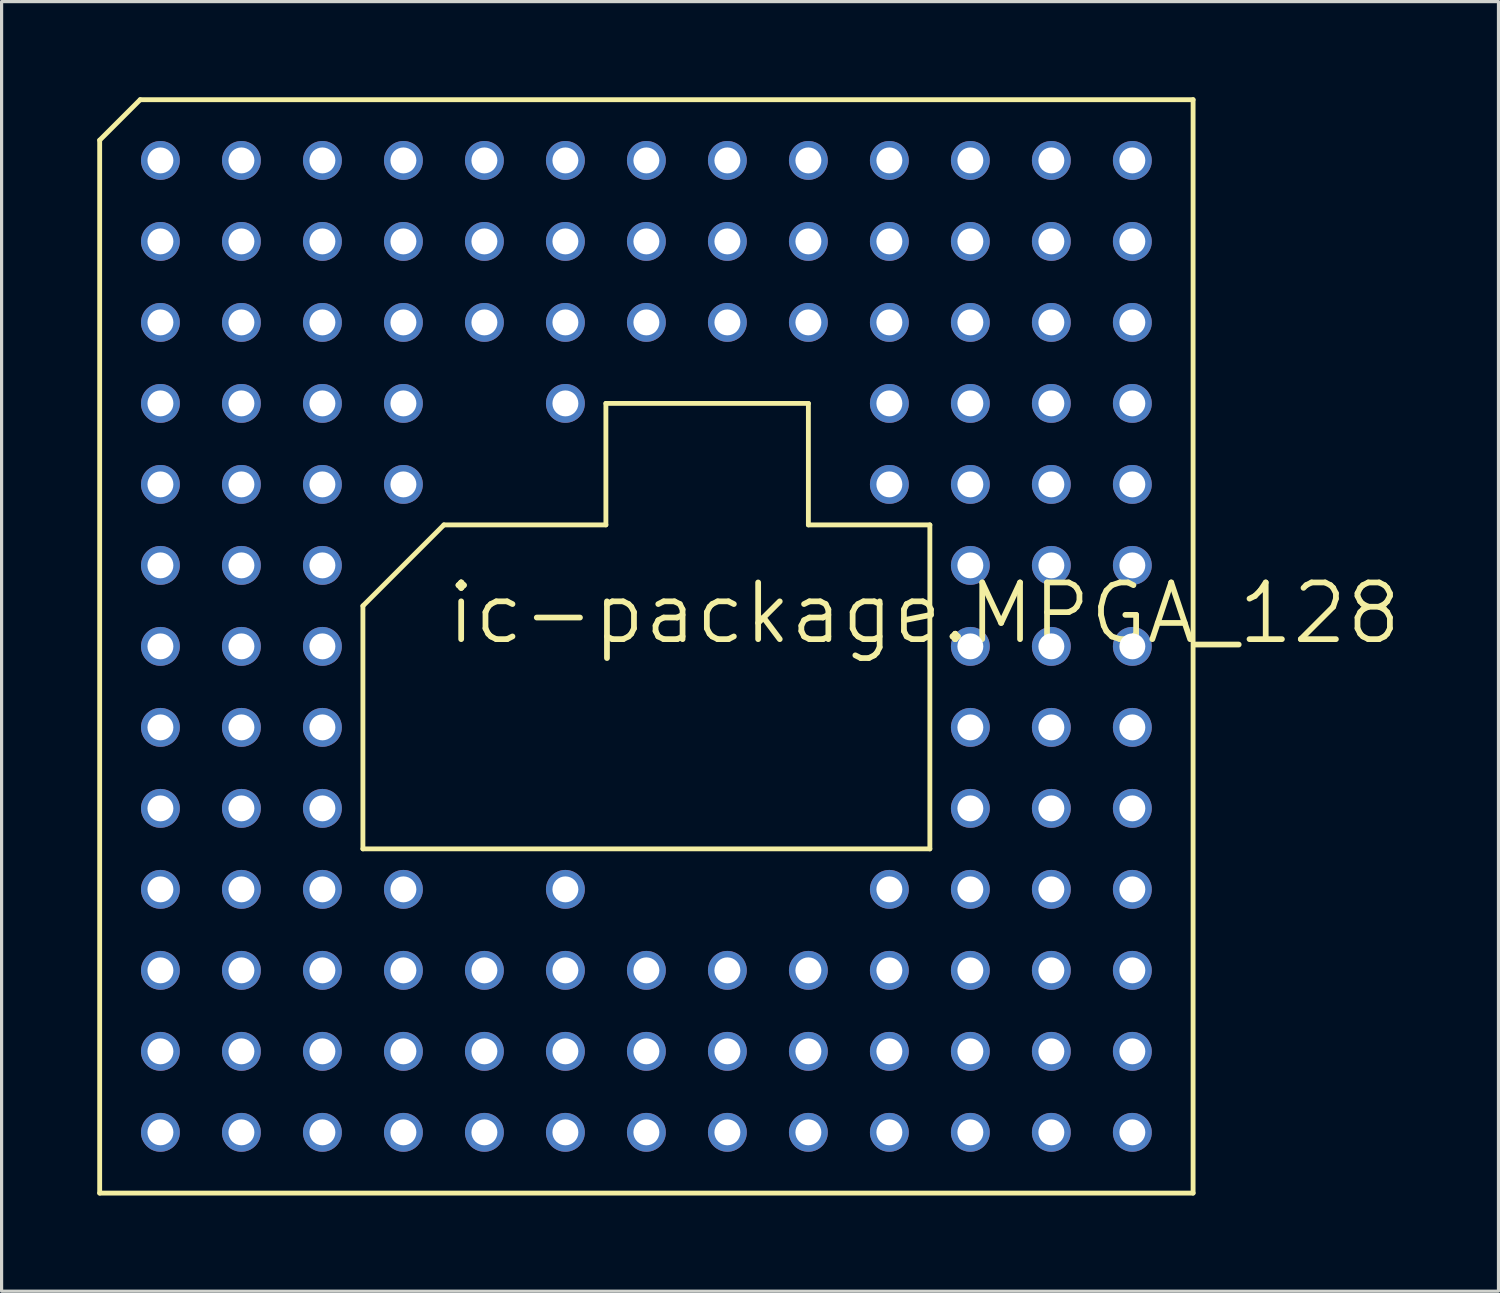
<source format=kicad_pcb>
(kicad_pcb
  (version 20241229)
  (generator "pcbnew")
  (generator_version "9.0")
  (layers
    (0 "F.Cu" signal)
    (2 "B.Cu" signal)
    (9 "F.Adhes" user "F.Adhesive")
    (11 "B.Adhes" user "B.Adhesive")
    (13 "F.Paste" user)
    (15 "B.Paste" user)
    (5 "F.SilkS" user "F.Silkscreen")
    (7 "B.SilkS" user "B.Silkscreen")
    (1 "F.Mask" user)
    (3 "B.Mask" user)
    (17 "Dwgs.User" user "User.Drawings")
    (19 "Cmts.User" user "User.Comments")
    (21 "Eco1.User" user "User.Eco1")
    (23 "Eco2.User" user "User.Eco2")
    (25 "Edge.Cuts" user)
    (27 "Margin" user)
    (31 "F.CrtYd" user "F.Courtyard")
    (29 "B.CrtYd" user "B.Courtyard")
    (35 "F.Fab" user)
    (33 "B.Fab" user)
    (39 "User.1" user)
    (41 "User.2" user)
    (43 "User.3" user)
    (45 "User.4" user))
  (footprint "ic-package.MPGA_128"
    (layer "F.Cu")
    (at 17.221 17.221)
    (property "Reference" "ic-package.MPGA_128" (at -6.35 0 0) (layer "F.SilkS") (effects (font (size 1.778 1.778) (thickness 0.18)) (justify left bottom)))
    (attr through_hole)
    (fp_line (start -17.145 -15.875) (end -15.875 -17.145) (stroke (width 0.152) (type default)) (layer "F.SilkS"))
    (fp_line (start -17.145 17.145) (end -17.145 -15.875) (stroke (width 0.152) (type default)) (layer "F.SilkS"))
    (fp_line (start -15.875 -17.145) (end 17.145 -17.145) (stroke (width 0.152) (type default)) (layer "F.SilkS"))
    (fp_line (start -8.89 6.35) (end -8.89 -1.27) (stroke (width 0.152) (type default)) (layer "F.SilkS"))
    (fp_line (start -6.35 -3.81) (end -8.89 -1.27) (stroke (width 0.152) (type default)) (layer "F.SilkS"))
    (fp_line (start -6.35 -3.81) (end -1.27 -3.81) (stroke (width 0.152) (type default)) (layer "F.SilkS"))
    (fp_line (start -1.27 -7.62) (end 5.08 -7.62) (stroke (width 0.152) (type default)) (layer "F.SilkS"))
    (fp_line (start -1.27 -3.81) (end -1.27 -7.62) (stroke (width 0.152) (type default)) (layer "F.SilkS"))
    (fp_line (start 5.08 -7.62) (end 5.08 -3.81) (stroke (width 0.152) (type default)) (layer "F.SilkS"))
    (fp_line (start 5.08 -3.81) (end 8.89 -3.81) (stroke (width 0.152) (type default)) (layer "F.SilkS"))
    (fp_line (start 8.89 -3.81) (end 8.89 6.35) (stroke (width 0.152) (type default)) (layer "F.SilkS"))
    (fp_line (start 8.89 6.35) (end -8.89 6.35) (stroke (width 0.152) (type default)) (layer "F.SilkS"))
    (fp_line (start 17.145 -17.145) (end 17.145 17.145) (stroke (width 0.152) (type default)) (layer "F.SilkS"))
    (fp_line (start 17.145 17.145) (end -17.145 17.145) (stroke (width 0.152) (type default)) (layer "F.SilkS"))
    (pad "A01" thru_hole circle (at -15.24 -15.24 90) (size 1.219 1.219) (drill 0.813) (layers "*.Cu" "*.Mask"))
    (pad "A02" thru_hole circle (at -12.7 -15.24 90) (size 1.219 1.219) (drill 0.813) (layers "*.Cu" "*.Mask"))
    (pad "A03" thru_hole circle (at -10.16 -15.24 90) (size 1.219 1.219) (drill 0.813) (layers "*.Cu" "*.Mask"))
    (pad "A04" thru_hole circle (at -7.62 -15.24 90) (size 1.219 1.219) (drill 0.813) (layers "*.Cu" "*.Mask"))
    (pad "A05" thru_hole circle (at -5.08 -15.24 90) (size 1.219 1.219) (drill 0.813) (layers "*.Cu" "*.Mask"))
    (pad "A06" thru_hole circle (at -2.54 -15.24 90) (size 1.219 1.219) (drill 0.813) (layers "*.Cu" "*.Mask"))
    (pad "A07" thru_hole circle (at 0 -15.24 90) (size 1.219 1.219) (drill 0.813) (layers "*.Cu" "*.Mask"))
    (pad "A08" thru_hole circle (at 2.54 -15.24 90) (size 1.219 1.219) (drill 0.813) (layers "*.Cu" "*.Mask"))
    (pad "A09" thru_hole circle (at 5.08 -15.24 90) (size 1.219 1.219) (drill 0.813) (layers "*.Cu" "*.Mask"))
    (pad "A10" thru_hole circle (at 7.62 -15.24 90) (size 1.219 1.219) (drill 0.813) (layers "*.Cu" "*.Mask"))
    (pad "A11" thru_hole circle (at 10.16 -15.24 90) (size 1.219 1.219) (drill 0.813) (layers "*.Cu" "*.Mask"))
    (pad "A12" thru_hole circle (at 12.7 -15.24 90) (size 1.219 1.219) (drill 0.813) (layers "*.Cu" "*.Mask"))
    (pad "A13" thru_hole circle (at 15.24 -15.24 90) (size 1.219 1.219) (drill 0.813) (layers "*.Cu" "*.Mask"))
    (pad "B01" thru_hole circle (at -15.24 -12.7 90) (size 1.219 1.219) (drill 0.813) (layers "*.Cu" "*.Mask"))
    (pad "B02" thru_hole circle (at -12.7 -12.7 90) (size 1.219 1.219) (drill 0.813) (layers "*.Cu" "*.Mask"))
    (pad "B03" thru_hole circle (at -10.16 -12.7 90) (size 1.219 1.219) (drill 0.813) (layers "*.Cu" "*.Mask"))
    (pad "B04" thru_hole circle (at -7.62 -12.7 90) (size 1.219 1.219) (drill 0.813) (layers "*.Cu" "*.Mask"))
    (pad "B05" thru_hole circle (at -5.08 -12.7 90) (size 1.219 1.219) (drill 0.813) (layers "*.Cu" "*.Mask"))
    (pad "B06" thru_hole circle (at -2.54 -12.7 90) (size 1.219 1.219) (drill 0.813) (layers "*.Cu" "*.Mask"))
    (pad "B07" thru_hole circle (at 0 -12.7 90) (size 1.219 1.219) (drill 0.813) (layers "*.Cu" "*.Mask"))
    (pad "B08" thru_hole circle (at 2.54 -12.7 90) (size 1.219 1.219) (drill 0.813) (layers "*.Cu" "*.Mask"))
    (pad "B09" thru_hole circle (at 5.08 -12.7 90) (size 1.219 1.219) (drill 0.813) (layers "*.Cu" "*.Mask"))
    (pad "B10" thru_hole circle (at 7.62 -12.7 90) (size 1.219 1.219) (drill 0.813) (layers "*.Cu" "*.Mask"))
    (pad "B11" thru_hole circle (at 10.16 -12.7 90) (size 1.219 1.219) (drill 0.813) (layers "*.Cu" "*.Mask"))
    (pad "B12" thru_hole circle (at 12.7 -12.7 90) (size 1.219 1.219) (drill 0.813) (layers "*.Cu" "*.Mask"))
    (pad "B13" thru_hole circle (at 15.24 -12.7 90) (size 1.219 1.219) (drill 0.813) (layers "*.Cu" "*.Mask"))
    (pad "C01" thru_hole circle (at -15.24 -10.16 90) (size 1.219 1.219) (drill 0.813) (layers "*.Cu" "*.Mask"))
    (pad "C02" thru_hole circle (at -12.7 -10.16 90) (size 1.219 1.219) (drill 0.813) (layers "*.Cu" "*.Mask"))
    (pad "C03" thru_hole circle (at -10.16 -10.16 90) (size 1.219 1.219) (drill 0.813) (layers "*.Cu" "*.Mask"))
    (pad "C04" thru_hole circle (at -7.62 -10.16 90) (size 1.219 1.219) (drill 0.813) (layers "*.Cu" "*.Mask"))
    (pad "C05" thru_hole circle (at -5.08 -10.16 90) (size 1.219 1.219) (drill 0.813) (layers "*.Cu" "*.Mask"))
    (pad "C06" thru_hole circle (at -2.54 -10.16 90) (size 1.219 1.219) (drill 0.813) (layers "*.Cu" "*.Mask"))
    (pad "C07" thru_hole circle (at 0 -10.16 90) (size 1.219 1.219) (drill 0.813) (layers "*.Cu" "*.Mask"))
    (pad "C08" thru_hole circle (at 2.54 -10.16 90) (size 1.219 1.219) (drill 0.813) (layers "*.Cu" "*.Mask"))
    (pad "C09" thru_hole circle (at 5.08 -10.16 90) (size 1.219 1.219) (drill 0.813) (layers "*.Cu" "*.Mask"))
    (pad "C10" thru_hole circle (at 7.62 -10.16 90) (size 1.219 1.219) (drill 0.813) (layers "*.Cu" "*.Mask"))
    (pad "C11" thru_hole circle (at 10.16 -10.16 90) (size 1.219 1.219) (drill 0.813) (layers "*.Cu" "*.Mask"))
    (pad "C12" thru_hole circle (at 12.7 -10.16 90) (size 1.219 1.219) (drill 0.813) (layers "*.Cu" "*.Mask"))
    (pad "C13" thru_hole circle (at 15.24 -10.16 90) (size 1.219 1.219) (drill 0.813) (layers "*.Cu" "*.Mask"))
    (pad "D01" thru_hole circle (at -15.24 -7.62 90) (size 1.219 1.219) (drill 0.813) (layers "*.Cu" "*.Mask"))
    (pad "D02" thru_hole circle (at -12.7 -7.62 90) (size 1.219 1.219) (drill 0.813) (layers "*.Cu" "*.Mask"))
    (pad "D03" thru_hole circle (at -10.16 -7.62 90) (size 1.219 1.219) (drill 0.813) (layers "*.Cu" "*.Mask"))
    (pad "D04" thru_hole circle (at -7.62 -7.62 90) (size 1.219 1.219) (drill 0.813) (layers "*.Cu" "*.Mask"))
    (pad "D06" thru_hole circle (at -2.54 -7.62 90) (size 1.219 1.219) (drill 0.813) (layers "*.Cu" "*.Mask"))
    (pad "D10" thru_hole circle (at 7.62 -7.62 90) (size 1.219 1.219) (drill 0.813) (layers "*.Cu" "*.Mask"))
    (pad "D11" thru_hole circle (at 10.16 -7.62 90) (size 1.219 1.219) (drill 0.813) (layers "*.Cu" "*.Mask"))
    (pad "D12" thru_hole circle (at 12.7 -7.62 90) (size 1.219 1.219) (drill 0.813) (layers "*.Cu" "*.Mask"))
    (pad "D13" thru_hole circle (at 15.24 -7.62 90) (size 1.219 1.219) (drill 0.813) (layers "*.Cu" "*.Mask"))
    (pad "E01" thru_hole circle (at -15.24 -5.08 90) (size 1.219 1.219) (drill 0.813) (layers "*.Cu" "*.Mask"))
    (pad "E02" thru_hole circle (at -12.7 -5.08 90) (size 1.219 1.219) (drill 0.813) (layers "*.Cu" "*.Mask"))
    (pad "E03" thru_hole circle (at -10.16 -5.08 90) (size 1.219 1.219) (drill 0.813) (layers "*.Cu" "*.Mask"))
    (pad "E04" thru_hole circle (at -7.62 -5.08 90) (size 1.219 1.219) (drill 0.813) (layers "*.Cu" "*.Mask"))
    (pad "E10" thru_hole circle (at 7.62 -5.08 90) (size 1.219 1.219) (drill 0.813) (layers "*.Cu" "*.Mask"))
    (pad "E11" thru_hole circle (at 10.16 -5.08 90) (size 1.219 1.219) (drill 0.813) (layers "*.Cu" "*.Mask"))
    (pad "E12" thru_hole circle (at 12.7 -5.08 90) (size 1.219 1.219) (drill 0.813) (layers "*.Cu" "*.Mask"))
    (pad "E13" thru_hole circle (at 15.24 -5.08 90) (size 1.219 1.219) (drill 0.813) (layers "*.Cu" "*.Mask"))
    (pad "F01" thru_hole circle (at -15.24 -2.54 90) (size 1.219 1.219) (drill 0.813) (layers "*.Cu" "*.Mask"))
    (pad "F02" thru_hole circle (at -12.7 -2.54 90) (size 1.219 1.219) (drill 0.813) (layers "*.Cu" "*.Mask"))
    (pad "F03" thru_hole circle (at -10.16 -2.54 90) (size 1.219 1.219) (drill 0.813) (layers "*.Cu" "*.Mask"))
    (pad "F11" thru_hole circle (at 10.16 -2.54 90) (size 1.219 1.219) (drill 0.813) (layers "*.Cu" "*.Mask"))
    (pad "F12" thru_hole circle (at 12.7 -2.54 90) (size 1.219 1.219) (drill 0.813) (layers "*.Cu" "*.Mask"))
    (pad "F13" thru_hole circle (at 15.24 -2.54 90) (size 1.219 1.219) (drill 0.813) (layers "*.Cu" "*.Mask"))
    (pad "G01" thru_hole circle (at -15.24 0 90) (size 1.219 1.219) (drill 0.813) (layers "*.Cu" "*.Mask"))
    (pad "G02" thru_hole circle (at -12.7 0 90) (size 1.219 1.219) (drill 0.813) (layers "*.Cu" "*.Mask"))
    (pad "G03" thru_hole circle (at -10.16 0 90) (size 1.219 1.219) (drill 0.813) (layers "*.Cu" "*.Mask"))
    (pad "G11" thru_hole circle (at 10.16 0 90) (size 1.219 1.219) (drill 0.813) (layers "*.Cu" "*.Mask"))
    (pad "G12" thru_hole circle (at 12.7 0 90) (size 1.219 1.219) (drill 0.813) (layers "*.Cu" "*.Mask"))
    (pad "G13" thru_hole circle (at 15.24 0 90) (size 1.219 1.219) (drill 0.813) (layers "*.Cu" "*.Mask"))
    (pad "H01" thru_hole circle (at -15.24 2.54 90) (size 1.219 1.219) (drill 0.813) (layers "*.Cu" "*.Mask"))
    (pad "H02" thru_hole circle (at -12.7 2.54 90) (size 1.219 1.219) (drill 0.813) (layers "*.Cu" "*.Mask"))
    (pad "H03" thru_hole circle (at -10.16 2.54 90) (size 1.219 1.219) (drill 0.813) (layers "*.Cu" "*.Mask"))
    (pad "H11" thru_hole circle (at 10.16 2.54 90) (size 1.219 1.219) (drill 0.813) (layers "*.Cu" "*.Mask"))
    (pad "H12" thru_hole circle (at 12.7 2.54 90) (size 1.219 1.219) (drill 0.813) (layers "*.Cu" "*.Mask"))
    (pad "H13" thru_hole circle (at 15.24 2.54 90) (size 1.219 1.219) (drill 0.813) (layers "*.Cu" "*.Mask"))
    (pad "J01" thru_hole circle (at -15.24 5.08 90) (size 1.219 1.219) (drill 0.813) (layers "*.Cu" "*.Mask"))
    (pad "J02" thru_hole circle (at -12.7 5.08 90) (size 1.219 1.219) (drill 0.813) (layers "*.Cu" "*.Mask"))
    (pad "J03" thru_hole circle (at -10.16 5.08 90) (size 1.219 1.219) (drill 0.813) (layers "*.Cu" "*.Mask"))
    (pad "J11" thru_hole circle (at 10.16 5.08 90) (size 1.219 1.219) (drill 0.813) (layers "*.Cu" "*.Mask"))
    (pad "J12" thru_hole circle (at 12.7 5.08 90) (size 1.219 1.219) (drill 0.813) (layers "*.Cu" "*.Mask"))
    (pad "J13" thru_hole circle (at 15.24 5.08 90) (size 1.219 1.219) (drill 0.813) (layers "*.Cu" "*.Mask"))
    (pad "K01" thru_hole circle (at -15.24 7.62 90) (size 1.219 1.219) (drill 0.813) (layers "*.Cu" "*.Mask"))
    (pad "K02" thru_hole circle (at -12.7 7.62 90) (size 1.219 1.219) (drill 0.813) (layers "*.Cu" "*.Mask"))
    (pad "K03" thru_hole circle (at -10.16 7.62 90) (size 1.219 1.219) (drill 0.813) (layers "*.Cu" "*.Mask"))
    (pad "K04" thru_hole circle (at -7.62 7.62 90) (size 1.219 1.219) (drill 0.813) (layers "*.Cu" "*.Mask"))
    (pad "K06" thru_hole circle (at -2.54 7.62 90) (size 1.219 1.219) (drill 0.813) (layers "*.Cu" "*.Mask"))
    (pad "K10" thru_hole circle (at 7.62 7.62 90) (size 1.219 1.219) (drill 0.813) (layers "*.Cu" "*.Mask"))
    (pad "K11" thru_hole circle (at 10.16 7.62 90) (size 1.219 1.219) (drill 0.813) (layers "*.Cu" "*.Mask"))
    (pad "K12" thru_hole circle (at 12.7 7.62 90) (size 1.219 1.219) (drill 0.813) (layers "*.Cu" "*.Mask"))
    (pad "K13" thru_hole circle (at 15.24 7.62 90) (size 1.219 1.219) (drill 0.813) (layers "*.Cu" "*.Mask"))
    (pad "L01" thru_hole circle (at -15.24 10.16 90) (size 1.219 1.219) (drill 0.813) (layers "*.Cu" "*.Mask"))
    (pad "L02" thru_hole circle (at -12.7 10.16 90) (size 1.219 1.219) (drill 0.813) (layers "*.Cu" "*.Mask"))
    (pad "L03" thru_hole circle (at -10.16 10.16 90) (size 1.219 1.219) (drill 0.813) (layers "*.Cu" "*.Mask"))
    (pad "L04" thru_hole circle (at -7.62 10.16 90) (size 1.219 1.219) (drill 0.813) (layers "*.Cu" "*.Mask"))
    (pad "L05" thru_hole circle (at -5.08 10.16 90) (size 1.219 1.219) (drill 0.813) (layers "*.Cu" "*.Mask"))
    (pad "L06" thru_hole circle (at -2.54 10.16 90) (size 1.219 1.219) (drill 0.813) (layers "*.Cu" "*.Mask"))
    (pad "L07" thru_hole circle (at 0 10.16 90) (size 1.219 1.219) (drill 0.813) (layers "*.Cu" "*.Mask"))
    (pad "L08" thru_hole circle (at 2.54 10.16 90) (size 1.219 1.219) (drill 0.813) (layers "*.Cu" "*.Mask"))
    (pad "L09" thru_hole circle (at 5.08 10.16 90) (size 1.219 1.219) (drill 0.813) (layers "*.Cu" "*.Mask"))
    (pad "L10" thru_hole circle (at 7.62 10.16 90) (size 1.219 1.219) (drill 0.813) (layers "*.Cu" "*.Mask"))
    (pad "L11" thru_hole circle (at 10.16 10.16 90) (size 1.219 1.219) (drill 0.813) (layers "*.Cu" "*.Mask"))
    (pad "L12" thru_hole circle (at 12.7 10.16 90) (size 1.219 1.219) (drill 0.813) (layers "*.Cu" "*.Mask"))
    (pad "L13" thru_hole circle (at 15.24 10.16 90) (size 1.219 1.219) (drill 0.813) (layers "*.Cu" "*.Mask"))
    (pad "M01" thru_hole circle (at -15.24 12.7 90) (size 1.219 1.219) (drill 0.813) (layers "*.Cu" "*.Mask"))
    (pad "M02" thru_hole circle (at -12.7 12.7 90) (size 1.219 1.219) (drill 0.813) (layers "*.Cu" "*.Mask"))
    (pad "M03" thru_hole circle (at -10.16 12.7 90) (size 1.219 1.219) (drill 0.813) (layers "*.Cu" "*.Mask"))
    (pad "M04" thru_hole circle (at -7.62 12.7 90) (size 1.219 1.219) (drill 0.813) (layers "*.Cu" "*.Mask"))
    (pad "M05" thru_hole circle (at -5.08 12.7 90) (size 1.219 1.219) (drill 0.813) (layers "*.Cu" "*.Mask"))
    (pad "M06" thru_hole circle (at -2.54 12.7 90) (size 1.219 1.219) (drill 0.813) (layers "*.Cu" "*.Mask"))
    (pad "M07" thru_hole circle (at 0 12.7 90) (size 1.219 1.219) (drill 0.813) (layers "*.Cu" "*.Mask"))
    (pad "M08" thru_hole circle (at 2.54 12.7 90) (size 1.219 1.219) (drill 0.813) (layers "*.Cu" "*.Mask"))
    (pad "M09" thru_hole circle (at 5.08 12.7 90) (size 1.219 1.219) (drill 0.813) (layers "*.Cu" "*.Mask"))
    (pad "M10" thru_hole circle (at 7.62 12.7 90) (size 1.219 1.219) (drill 0.813) (layers "*.Cu" "*.Mask"))
    (pad "M11" thru_hole circle (at 10.16 12.7 90) (size 1.219 1.219) (drill 0.813) (layers "*.Cu" "*.Mask"))
    (pad "M12" thru_hole circle (at 12.7 12.7 90) (size 1.219 1.219) (drill 0.813) (layers "*.Cu" "*.Mask"))
    (pad "M13" thru_hole circle (at 15.24 12.7 90) (size 1.219 1.219) (drill 0.813) (layers "*.Cu" "*.Mask"))
    (pad "N01" thru_hole circle (at -15.24 15.24 90) (size 1.219 1.219) (drill 0.813) (layers "*.Cu" "*.Mask"))
    (pad "N02" thru_hole circle (at -12.7 15.24 90) (size 1.219 1.219) (drill 0.813) (layers "*.Cu" "*.Mask"))
    (pad "N03" thru_hole circle (at -10.16 15.24 90) (size 1.219 1.219) (drill 0.813) (layers "*.Cu" "*.Mask"))
    (pad "N04" thru_hole circle (at -7.62 15.24 90) (size 1.219 1.219) (drill 0.813) (layers "*.Cu" "*.Mask"))
    (pad "N05" thru_hole circle (at -5.08 15.24 90) (size 1.219 1.219) (drill 0.813) (layers "*.Cu" "*.Mask"))
    (pad "N06" thru_hole circle (at -2.54 15.24 90) (size 1.219 1.219) (drill 0.813) (layers "*.Cu" "*.Mask"))
    (pad "N07" thru_hole circle (at 0 15.24 90) (size 1.219 1.219) (drill 0.813) (layers "*.Cu" "*.Mask"))
    (pad "N08" thru_hole circle (at 2.54 15.24 90) (size 1.219 1.219) (drill 0.813) (layers "*.Cu" "*.Mask"))
    (pad "N09" thru_hole circle (at 5.08 15.24 90) (size 1.219 1.219) (drill 0.813) (layers "*.Cu" "*.Mask"))
    (pad "N10" thru_hole circle (at 7.62 15.24 90) (size 1.219 1.219) (drill 0.813) (layers "*.Cu" "*.Mask"))
    (pad "N11" thru_hole circle (at 10.16 15.24 90) (size 1.219 1.219) (drill 0.813) (layers "*.Cu" "*.Mask"))
    (pad "N12" thru_hole circle (at 12.7 15.24 90) (size 1.219 1.219) (drill 0.813) (layers "*.Cu" "*.Mask"))
    (pad "N13" thru_hole circle (at 15.24 15.24 90) (size 1.219 1.219) (drill 0.813) (layers "*.Cu" "*.Mask")))
  (gr_rect
    (start -3 -3)
    (end 43.943 37.442)
    (stroke (width 0.1) (type default))
    (fill no)
    (layer "Edge.Cuts")))
</source>
